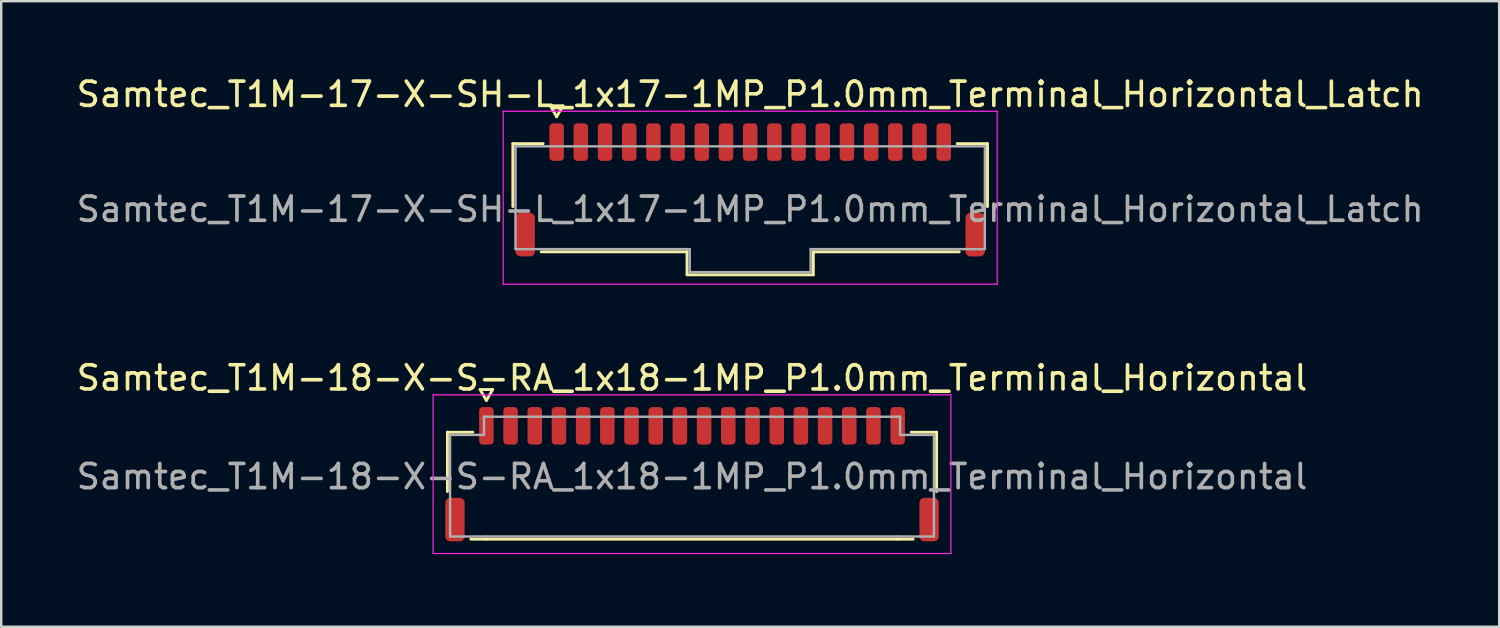
<source format=kicad_pcb>
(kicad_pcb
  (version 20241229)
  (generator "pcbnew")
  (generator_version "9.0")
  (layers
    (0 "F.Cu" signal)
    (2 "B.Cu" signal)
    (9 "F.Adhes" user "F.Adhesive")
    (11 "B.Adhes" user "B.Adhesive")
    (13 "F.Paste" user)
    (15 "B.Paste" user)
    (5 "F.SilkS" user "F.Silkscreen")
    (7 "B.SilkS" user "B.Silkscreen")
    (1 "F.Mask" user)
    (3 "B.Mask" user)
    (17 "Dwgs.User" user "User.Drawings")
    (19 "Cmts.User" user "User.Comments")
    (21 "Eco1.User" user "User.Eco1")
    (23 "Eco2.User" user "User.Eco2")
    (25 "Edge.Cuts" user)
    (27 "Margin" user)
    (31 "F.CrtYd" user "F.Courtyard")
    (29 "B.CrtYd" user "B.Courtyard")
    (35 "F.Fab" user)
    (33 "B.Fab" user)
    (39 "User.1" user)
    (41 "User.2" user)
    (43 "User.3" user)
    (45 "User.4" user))
  (footprint "Samtec_T1M-17-X-SH-L_1x17-1MP_P1.0mm_Terminal_Horizontal_Latch"
    (layer "F.Cu")
    (at 27.958 5.598)
    (property "Reference" "Samtec_T1M-17-X-SH-L_1x17-1MP_P1.0mm_Terminal_Horizontal_Latch" (at 0 -4.75 0) (layer "F.SilkS") (effects (font (size 1 1) (thickness 0.15))))
    (attr smd)
    (fp_line (start -9.81 -2.71) (end -8.56 -2.71) (stroke (width 0.12) (type solid)) (layer "F.SilkS"))
    (fp_line (start -9.81 -0.11) (end -9.81 -2.71) (stroke (width 0.12) (type solid)) (layer "F.SilkS"))
    (fp_line (start -8.26 -4.275) (end -8 -3.825) (stroke (width 0.12) (type solid)) (layer "F.SilkS"))
    (fp_line (start -8 -3.825) (end -7.74 -4.275) (stroke (width 0.12) (type solid)) (layer "F.SilkS"))
    (fp_line (start -7.74 -4.275) (end -8.26 -4.275) (stroke (width 0.12) (type solid)) (layer "F.SilkS"))
    (fp_line (start -2.61 1.76) (end -8.64 1.76) (stroke (width 0.12) (type solid)) (layer "F.SilkS"))
    (fp_line (start -2.61 2.71) (end -2.61 1.76) (stroke (width 0.12) (type solid)) (layer "F.SilkS"))
    (fp_line (start 2.61 1.76) (end 2.61 2.71) (stroke (width 0.12) (type solid)) (layer "F.SilkS"))
    (fp_line (start 2.61 2.71) (end -2.61 2.71) (stroke (width 0.12) (type solid)) (layer "F.SilkS"))
    (fp_line (start 8.56 -2.71) (end 9.81 -2.71) (stroke (width 0.12) (type solid)) (layer "F.SilkS"))
    (fp_line (start 8.64 1.76) (end 2.61 1.76) (stroke (width 0.12) (type solid)) (layer "F.SilkS"))
    (fp_line (start 9.81 -2.71) (end 9.81 -0.11) (stroke (width 0.12) (type solid)) (layer "F.SilkS"))
    (fp_line (start -10.21 -4.05) (end -10.21 3.1) (stroke (width 0.05) (type solid)) (layer "F.CrtYd"))
    (fp_line (start -10.21 3.1) (end 10.21 3.1) (stroke (width 0.05) (type solid)) (layer "F.CrtYd"))
    (fp_line (start 10.21 -4.05) (end -10.21 -4.05) (stroke (width 0.05) (type solid)) (layer "F.CrtYd"))
    (fp_line (start 10.21 3.1) (end 10.21 -4.05) (stroke (width 0.05) (type solid)) (layer "F.CrtYd"))
    (fp_line (start -9.7 -2.6) (end 9.7 -2.6) (stroke (width 0.1) (type solid)) (layer "F.Fab"))
    (fp_line (start -9.7 1.65) (end -9.7 -2.6) (stroke (width 0.1) (type solid)) (layer "F.Fab"))
    (fp_line (start -2.5 1.65) (end -9.7 1.65) (stroke (width 0.1) (type solid)) (layer "F.Fab"))
    (fp_line (start -2.5 2.6) (end -2.5 1.65) (stroke (width 0.1) (type solid)) (layer "F.Fab"))
    (fp_line (start 2.5 1.65) (end 2.5 2.6) (stroke (width 0.1) (type solid)) (layer "F.Fab"))
    (fp_line (start 2.5 2.6) (end -2.5 2.6) (stroke (width 0.1) (type solid)) (layer "F.Fab"))
    (fp_line (start 9.7 -2.6) (end 9.7 1.65) (stroke (width 0.1) (type solid)) (layer "F.Fab"))
    (fp_line (start 9.7 1.65) (end 2.5 1.65) (stroke (width 0.1) (type solid)) (layer "F.Fab"))
    (fp_text user "${REFERENCE}" (at 0 0 0) (layer "F.Fab") (effects (font (size 1 1) (thickness 0.15))))
    (pad "1" smd roundrect (at -8 -2.775) (size 0.6 1.55) (layers "F.Cu" "F.Mask" "F.Paste") (roundrect_rratio 0.25))
    (pad "2" smd roundrect (at -7 -2.775) (size 0.6 1.55) (layers "F.Cu" "F.Mask" "F.Paste") (roundrect_rratio 0.25))
    (pad "3" smd roundrect (at -6 -2.775) (size 0.6 1.55) (layers "F.Cu" "F.Mask" "F.Paste") (roundrect_rratio 0.25))
    (pad "4" smd roundrect (at -5 -2.775) (size 0.6 1.55) (layers "F.Cu" "F.Mask" "F.Paste") (roundrect_rratio 0.25))
    (pad "5" smd roundrect (at -4 -2.775) (size 0.6 1.55) (layers "F.Cu" "F.Mask" "F.Paste") (roundrect_rratio 0.25))
    (pad "6" smd roundrect (at -3 -2.775) (size 0.6 1.55) (layers "F.Cu" "F.Mask" "F.Paste") (roundrect_rratio 0.25))
    (pad "7" smd roundrect (at -2 -2.775) (size 0.6 1.55) (layers "F.Cu" "F.Mask" "F.Paste") (roundrect_rratio 0.25))
    (pad "8" smd roundrect (at -1 -2.775) (size 0.6 1.55) (layers "F.Cu" "F.Mask" "F.Paste") (roundrect_rratio 0.25))
    (pad "9" smd roundrect (at 0 -2.775) (size 0.6 1.55) (layers "F.Cu" "F.Mask" "F.Paste") (roundrect_rratio 0.25))
    (pad "10" smd roundrect (at 1 -2.775) (size 0.6 1.55) (layers "F.Cu" "F.Mask" "F.Paste") (roundrect_rratio 0.25))
    (pad "11" smd roundrect (at 2 -2.775) (size 0.6 1.55) (layers "F.Cu" "F.Mask" "F.Paste") (roundrect_rratio 0.25))
    (pad "12" smd roundrect (at 3 -2.775) (size 0.6 1.55) (layers "F.Cu" "F.Mask" "F.Paste") (roundrect_rratio 0.25))
    (pad "13" smd roundrect (at 4 -2.775) (size 0.6 1.55) (layers "F.Cu" "F.Mask" "F.Paste") (roundrect_rratio 0.25))
    (pad "14" smd roundrect (at 5 -2.775) (size 0.6 1.55) (layers "F.Cu" "F.Mask" "F.Paste") (roundrect_rratio 0.25))
    (pad "15" smd roundrect (at 6 -2.775) (size 0.6 1.55) (layers "F.Cu" "F.Mask" "F.Paste") (roundrect_rratio 0.25))
    (pad "16" smd roundrect (at 7 -2.775) (size 0.6 1.55) (layers "F.Cu" "F.Mask" "F.Paste") (roundrect_rratio 0.25))
    (pad "17" smd roundrect (at 8 -2.775) (size 0.6 1.55) (layers "F.Cu" "F.Mask" "F.Paste") (roundrect_rratio 0.25))
    (pad "MP" smd roundrect (at -9.3 1.05) (size 0.8 1.8) (layers "F.Cu" "F.Mask" "F.Paste") (roundrect_rratio 0.25))
    (pad "MP" smd roundrect (at 9.3 1.05) (size 0.8 1.8) (layers "F.Cu" "F.Mask" "F.Paste") (roundrect_rratio 0.25)))
  (footprint "Samtec_T1M-18-X-S-RA_1x18-1MP_P1.0mm_Terminal_Horizontal"
    (layer "F.Cu")
    (at 25.554 16.651)
    (property "Reference" "Samtec_T1M-18-X-S-RA_1x18-1MP_P1.0mm_Terminal_Horizontal" (at 0 -4.08 0) (layer "F.SilkS") (effects (font (size 1 1) (thickness 0.15))))
    (attr smd)
    (fp_line (start -10.11 -1.835) (end -9.06 -1.835) (stroke (width 0.12) (type solid)) (layer "F.SilkS"))
    (fp_line (start -10.11 0.615) (end -10.11 -1.835) (stroke (width 0.12) (type solid)) (layer "F.SilkS"))
    (fp_line (start -8.76 -3.6) (end -8.5 -3.15) (stroke (width 0.12) (type solid)) (layer "F.SilkS"))
    (fp_line (start -8.5 -3.15) (end -8.24 -3.6) (stroke (width 0.12) (type solid)) (layer "F.SilkS"))
    (fp_line (start -8.5 2.585) (end -9.14 2.585) (stroke (width 0.12) (type solid)) (layer "F.SilkS"))
    (fp_line (start -8.24 -3.6) (end -8.76 -3.6) (stroke (width 0.12) (type solid)) (layer "F.SilkS"))
    (fp_line (start 8.5 2.585) (end -8.5 2.585) (stroke (width 0.12) (type solid)) (layer "F.SilkS"))
    (fp_line (start 9.06 -1.835) (end 10.11 -1.835) (stroke (width 0.12) (type solid)) (layer "F.SilkS"))
    (fp_line (start 9.14 2.585) (end 8.5 2.585) (stroke (width 0.12) (type solid)) (layer "F.SilkS"))
    (fp_line (start 10.11 -1.835) (end 10.11 0.615) (stroke (width 0.12) (type solid)) (layer "F.SilkS"))
    (fp_line (start -10.7 -3.38) (end -10.7 3.18) (stroke (width 0.05) (type solid)) (layer "F.CrtYd"))
    (fp_line (start -10.7 3.18) (end 10.7 3.18) (stroke (width 0.05) (type solid)) (layer "F.CrtYd"))
    (fp_line (start 10.7 -3.38) (end -10.7 -3.38) (stroke (width 0.05) (type solid)) (layer "F.CrtYd"))
    (fp_line (start 10.7 3.18) (end 10.7 -3.38) (stroke (width 0.05) (type solid)) (layer "F.CrtYd"))
    (fp_line (start -10 -1.725) (end -8.6 -1.725) (stroke (width 0.1) (type solid)) (layer "F.Fab"))
    (fp_line (start -10 2.475) (end -10 -1.725) (stroke (width 0.1) (type solid)) (layer "F.Fab"))
    (fp_line (start -8.6 -2.475) (end -8.5 -2.475) (stroke (width 0.1) (type solid)) (layer "F.Fab"))
    (fp_line (start -8.6 -1.725) (end -8.6 -2.475) (stroke (width 0.1) (type solid)) (layer "F.Fab"))
    (fp_line (start -8.5 -2.475) (end 8.5 -2.475) (stroke (width 0.1) (type solid)) (layer "F.Fab"))
    (fp_line (start -8.5 2.475) (end -10 2.475) (stroke (width 0.1) (type solid)) (layer "F.Fab"))
    (fp_line (start 8.5 -2.475) (end 8.6 -2.475) (stroke (width 0.1) (type solid)) (layer "F.Fab"))
    (fp_line (start 8.5 2.475) (end -8.5 2.475) (stroke (width 0.1) (type solid)) (layer "F.Fab"))
    (fp_line (start 8.6 -2.475) (end 8.6 -1.725) (stroke (width 0.1) (type solid)) (layer "F.Fab"))
    (fp_line (start 8.6 -1.725) (end 10 -1.725) (stroke (width 0.1) (type solid)) (layer "F.Fab"))
    (fp_line (start 10 -1.725) (end 10 2.475) (stroke (width 0.1) (type solid)) (layer "F.Fab"))
    (fp_line (start 10 2.475) (end 8.5 2.475) (stroke (width 0.1) (type solid)) (layer "F.Fab"))
    (fp_text user "${REFERENCE}" (at 0 0 0) (layer "F.Fab") (effects (font (size 1 1) (thickness 0.15))))
    (pad "1" smd roundrect (at -8.5 -2.1) (size 0.6 1.55) (layers "F.Cu" "F.Mask" "F.Paste") (roundrect_rratio 0.25))
    (pad "2" smd roundrect (at -7.5 -2.1) (size 0.6 1.55) (layers "F.Cu" "F.Mask" "F.Paste") (roundrect_rratio 0.25))
    (pad "3" smd roundrect (at -6.5 -2.1) (size 0.6 1.55) (layers "F.Cu" "F.Mask" "F.Paste") (roundrect_rratio 0.25))
    (pad "4" smd roundrect (at -5.5 -2.1) (size 0.6 1.55) (layers "F.Cu" "F.Mask" "F.Paste") (roundrect_rratio 0.25))
    (pad "5" smd roundrect (at -4.5 -2.1) (size 0.6 1.55) (layers "F.Cu" "F.Mask" "F.Paste") (roundrect_rratio 0.25))
    (pad "6" smd roundrect (at -3.5 -2.1) (size 0.6 1.55) (layers "F.Cu" "F.Mask" "F.Paste") (roundrect_rratio 0.25))
    (pad "7" smd roundrect (at -2.5 -2.1) (size 0.6 1.55) (layers "F.Cu" "F.Mask" "F.Paste") (roundrect_rratio 0.25))
    (pad "8" smd roundrect (at -1.5 -2.1) (size 0.6 1.55) (layers "F.Cu" "F.Mask" "F.Paste") (roundrect_rratio 0.25))
    (pad "9" smd roundrect (at -0.5 -2.1) (size 0.6 1.55) (layers "F.Cu" "F.Mask" "F.Paste") (roundrect_rratio 0.25))
    (pad "10" smd roundrect (at 0.5 -2.1) (size 0.6 1.55) (layers "F.Cu" "F.Mask" "F.Paste") (roundrect_rratio 0.25))
    (pad "11" smd roundrect (at 1.5 -2.1) (size 0.6 1.55) (layers "F.Cu" "F.Mask" "F.Paste") (roundrect_rratio 0.25))
    (pad "12" smd roundrect (at 2.5 -2.1) (size 0.6 1.55) (layers "F.Cu" "F.Mask" "F.Paste") (roundrect_rratio 0.25))
    (pad "13" smd roundrect (at 3.5 -2.1) (size 0.6 1.55) (layers "F.Cu" "F.Mask" "F.Paste") (roundrect_rratio 0.25))
    (pad "14" smd roundrect (at 4.5 -2.1) (size 0.6 1.55) (layers "F.Cu" "F.Mask" "F.Paste") (roundrect_rratio 0.25))
    (pad "15" smd roundrect (at 5.5 -2.1) (size 0.6 1.55) (layers "F.Cu" "F.Mask" "F.Paste") (roundrect_rratio 0.25))
    (pad "16" smd roundrect (at 6.5 -2.1) (size 0.6 1.55) (layers "F.Cu" "F.Mask" "F.Paste") (roundrect_rratio 0.25))
    (pad "17" smd roundrect (at 7.5 -2.1) (size 0.6 1.55) (layers "F.Cu" "F.Mask" "F.Paste") (roundrect_rratio 0.25))
    (pad "18" smd roundrect (at 8.5 -2.1) (size 0.6 1.55) (layers "F.Cu" "F.Mask" "F.Paste") (roundrect_rratio 0.25))
    (pad "MP" smd roundrect (at -9.8 1.775) (size 0.8 1.8) (layers "F.Cu" "F.Mask" "F.Paste") (roundrect_rratio 0.25))
    (pad "MP" smd roundrect (at 9.8 1.775) (size 0.8 1.8) (layers "F.Cu" "F.Mask" "F.Paste") (roundrect_rratio 0.25)))
  (gr_rect
    (start -3 -3)
    (end 58.917 22.857)
    (stroke (width 0.1) (type default))
    (fill no)
    (layer "Edge.Cuts")))
</source>
